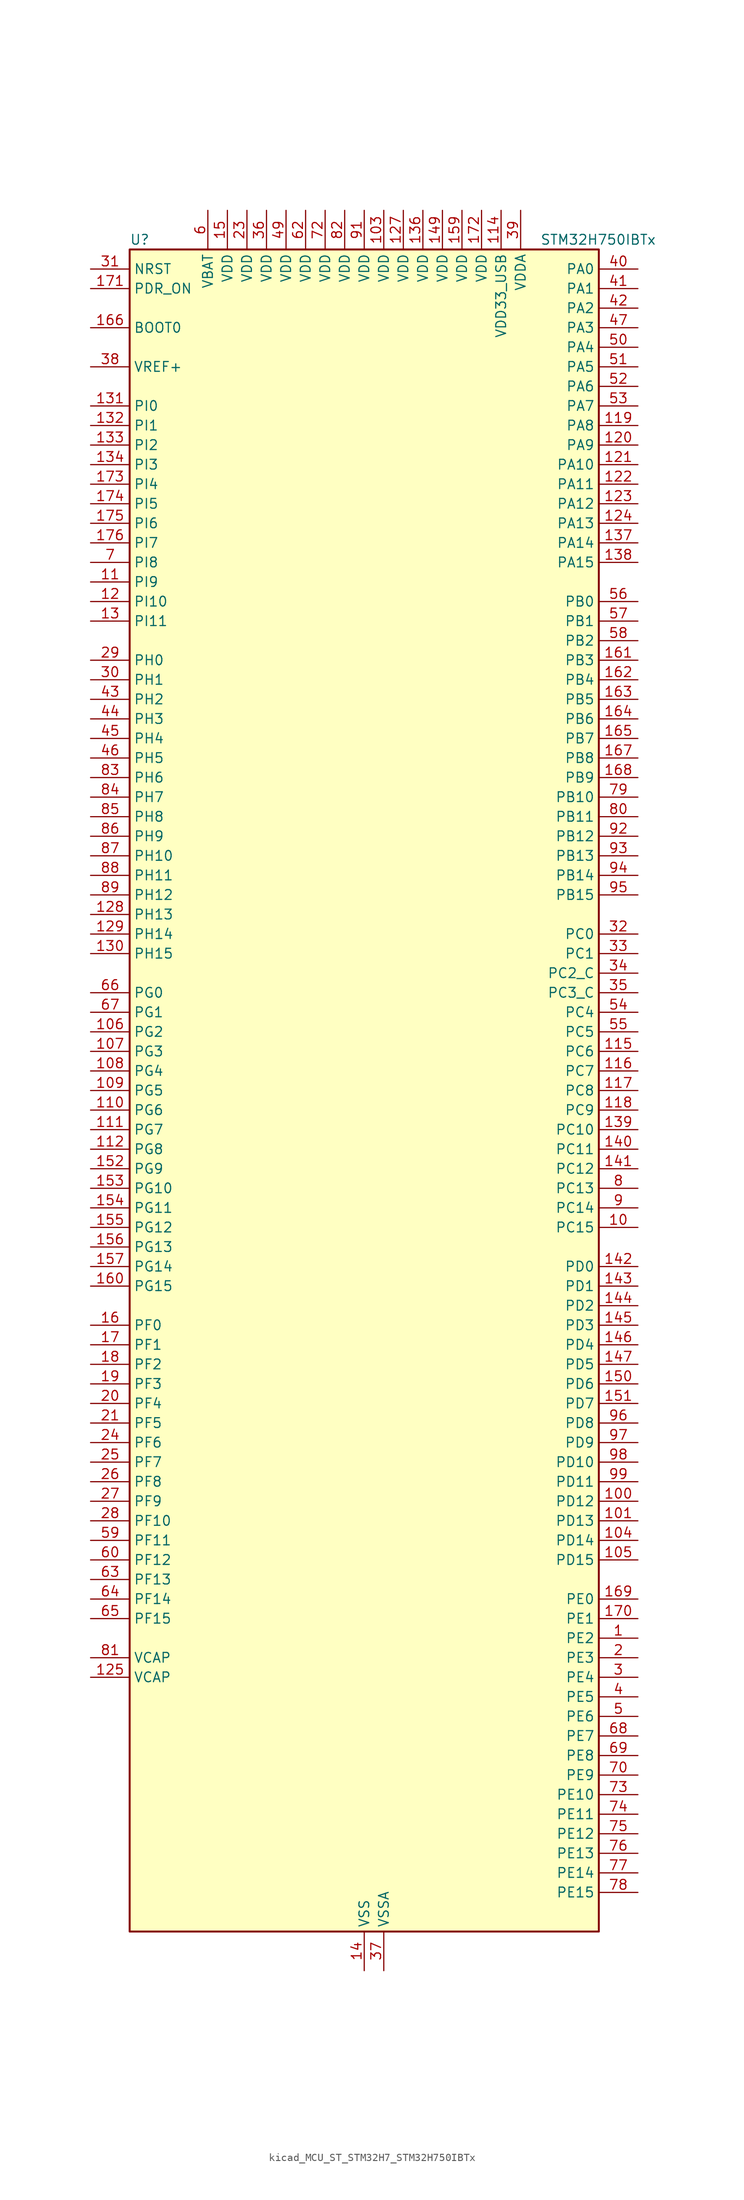
<source format=kicad_sym>
(kicad_symbol_lib
  (version 20220914)
  (generator kicad_symbol_editor)
  (symbol "kicad_MCU_ST_STM32H7_STM32H750IBTx"
    (property "Reference" "U"
      (at -30.48 110.49 0)
      (effects (font (size 1.27 1.27)) (justify left)))
    (property "Value" "STM32H750IBTx"
      (at 22.86 110.49 0)
      (effects (font (size 1.27 1.27)) (justify left)))
    (property "ki_locked" ""
      (at 0 0 0)
      (effects (font (size 1.27 1.27))))
    (symbol "kicad_MCU_ST_STM32H7_STM32H750IBTx_0_1"
      (rectangle (start -30.48 -109.22) (end 30.48 109.22) (stroke (width 0.254) (type default)) (fill (type background))))
    (symbol "kicad_MCU_ST_STM32H7_STM32H750IBTx_1_1"
      (pin bidirectional line (at 35.56 -71.12 180) (length 5.08) (name "PE2" (effects (font (size 1.27 1.27)))) (number "1" (effects (font (size 1.27 1.27)))) (alternate "DEBUG_TRACECLK" bidirectional line) (alternate "ETH_TXD3" bidirectional line) (alternate "FMC_A23" bidirectional line) (alternate "QUADSPI_BK1_IO2" bidirectional line) (alternate "SAI1_CK1" bidirectional line) (alternate "SAI1_MCLK_A" bidirectional line) (alternate "SAI4_CK1" bidirectional line) (alternate "SAI4_MCLK_A" bidirectional line) (alternate "SPI4_SCK" bidirectional line))
      (pin bidirectional line (at 35.56 -17.78 180) (length 5.08) (name "PC15" (effects (font (size 1.27 1.27)))) (number "10" (effects (font (size 1.27 1.27)))) (alternate "ADC1_EXTI15" bidirectional line) (alternate "ADC2_EXTI15" bidirectional line) (alternate "ADC3_EXTI15" bidirectional line) (alternate "RCC_OSC32_OUT" bidirectional line))
      (pin bidirectional line (at 35.56 -53.34 180) (length 5.08) (name "PD12" (effects (font (size 1.27 1.27)))) (number "100" (effects (font (size 1.27 1.27)))) (alternate "FMC_A17" bidirectional line) (alternate "FMC_ALE" bidirectional line) (alternate "I2C4_SCL" bidirectional line) (alternate "LPTIM1_IN1" bidirectional line) (alternate "LPTIM2_IN1" bidirectional line) (alternate "QUADSPI_BK1_IO1" bidirectional line) (alternate "SAI2_FS_A" bidirectional line) (alternate "TIM4_CH1" bidirectional line) (alternate "USART3_DE" bidirectional line) (alternate "USART3_RTS" bidirectional line))
      (pin bidirectional line (at 35.56 -55.88 180) (length 5.08) (name "PD13" (effects (font (size 1.27 1.27)))) (number "101" (effects (font (size 1.27 1.27)))) (alternate "FMC_A18" bidirectional line) (alternate "I2C4_SDA" bidirectional line) (alternate "LPTIM1_OUT" bidirectional line) (alternate "QUADSPI_BK1_IO3" bidirectional line) (alternate "SAI2_SCK_A" bidirectional line) (alternate "TIM4_CH2" bidirectional line))
      (pin passive line (at 0 -114.3 90) (length 5.08) hide (name "VSS" (effects (font (size 1.27 1.27)))) (number "102" (effects (font (size 1.27 1.27)))))
      (pin power_in line (at 2.54 114.3 270) (length 5.08) (name "VDD" (effects (font (size 1.27 1.27)))) (number "103" (effects (font (size 1.27 1.27)))))
      (pin bidirectional line (at 35.56 -58.42 180) (length 5.08) (name "PD14" (effects (font (size 1.27 1.27)))) (number "104" (effects (font (size 1.27 1.27)))) (alternate "FMC_D0" bidirectional line) (alternate "FMC_DA0" bidirectional line) (alternate "SAI3_MCLK_B" bidirectional line) (alternate "TIM4_CH3" bidirectional line) (alternate "UART8_CTS" bidirectional line))
      (pin bidirectional line (at 35.56 -60.96 180) (length 5.08) (name "PD15" (effects (font (size 1.27 1.27)))) (number "105" (effects (font (size 1.27 1.27)))) (alternate "ADC1_EXTI15" bidirectional line) (alternate "ADC2_EXTI15" bidirectional line) (alternate "ADC3_EXTI15" bidirectional line) (alternate "FMC_D1" bidirectional line) (alternate "FMC_DA1" bidirectional line) (alternate "SAI3_MCLK_A" bidirectional line) (alternate "TIM4_CH4" bidirectional line) (alternate "UART8_DE" bidirectional line) (alternate "UART8_RTS" bidirectional line))
      (pin bidirectional line (at -35.56 7.62 0) (length 5.08) (name "PG2" (effects (font (size 1.27 1.27)))) (number "106" (effects (font (size 1.27 1.27)))) (alternate "FMC_A12" bidirectional line) (alternate "TIM8_BKIN" bidirectional line) (alternate "TIM8_BKIN_COMP1" bidirectional line) (alternate "TIM8_BKIN_COMP2" bidirectional line))
      (pin bidirectional line (at -35.56 5.08 0) (length 5.08) (name "PG3" (effects (font (size 1.27 1.27)))) (number "107" (effects (font (size 1.27 1.27)))) (alternate "FMC_A13" bidirectional line) (alternate "TIM8_BKIN2" bidirectional line) (alternate "TIM8_BKIN2_COMP1" bidirectional line) (alternate "TIM8_BKIN2_COMP2" bidirectional line))
      (pin bidirectional line (at -35.56 2.54 0) (length 5.08) (name "PG4" (effects (font (size 1.27 1.27)))) (number "108" (effects (font (size 1.27 1.27)))) (alternate "FMC_A14" bidirectional line) (alternate "FMC_BA0" bidirectional line) (alternate "TIM1_BKIN2" bidirectional line) (alternate "TIM1_BKIN2_COMP1" bidirectional line) (alternate "TIM1_BKIN2_COMP2" bidirectional line))
      (pin bidirectional line (at -35.56 0 0) (length 5.08) (name "PG5" (effects (font (size 1.27 1.27)))) (number "109" (effects (font (size 1.27 1.27)))) (alternate "FMC_A15" bidirectional line) (alternate "FMC_BA1" bidirectional line) (alternate "TIM1_ETR" bidirectional line))
      (pin bidirectional line (at -35.56 66.04 0) (length 5.08) (name "PI9" (effects (font (size 1.27 1.27)))) (number "11" (effects (font (size 1.27 1.27)))) (alternate "DAC1_EXTI9" bidirectional line) (alternate "FDCAN1_RX" bidirectional line) (alternate "FMC_D30" bidirectional line) (alternate "LTDC_VSYNC" bidirectional line) (alternate "UART4_RX" bidirectional line))
      (pin bidirectional line (at -35.56 -2.54 0) (length 5.08) (name "PG6" (effects (font (size 1.27 1.27)))) (number "110" (effects (font (size 1.27 1.27)))) (alternate "DCMI_D12" bidirectional line) (alternate "FMC_NE3" bidirectional line) (alternate "HRTIM_CHE1" bidirectional line) (alternate "LTDC_R7" bidirectional line) (alternate "QUADSPI_BK1_NCS" bidirectional line) (alternate "TIM17_BKIN" bidirectional line))
      (pin bidirectional line (at -35.56 -5.08 0) (length 5.08) (name "PG7" (effects (font (size 1.27 1.27)))) (number "111" (effects (font (size 1.27 1.27)))) (alternate "DCMI_D13" bidirectional line) (alternate "FMC_INT" bidirectional line) (alternate "HRTIM_CHE2" bidirectional line) (alternate "LTDC_CLK" bidirectional line) (alternate "SAI1_MCLK_A" bidirectional line) (alternate "USART6_CK" bidirectional line))
      (pin bidirectional line (at -35.56 -7.62 0) (length 5.08) (name "PG8" (effects (font (size 1.27 1.27)))) (number "112" (effects (font (size 1.27 1.27)))) (alternate "ETH_PPS_OUT" bidirectional line) (alternate "FMC_SDCLK" bidirectional line) (alternate "LTDC_G7" bidirectional line) (alternate "SPDIFRX1_IN2" bidirectional line) (alternate "SPI6_NSS" bidirectional line) (alternate "TIM8_ETR" bidirectional line) (alternate "USART6_DE" bidirectional line) (alternate "USART6_RTS" bidirectional line))
      (pin passive line (at 0 -114.3 90) (length 5.08) hide (name "VSS" (effects (font (size 1.27 1.27)))) (number "113" (effects (font (size 1.27 1.27)))))
      (pin power_in line (at 17.78 114.3 270) (length 5.08) (name "VDD33_USB" (effects (font (size 1.27 1.27)))) (number "114" (effects (font (size 1.27 1.27)))))
      (pin bidirectional line (at 35.56 5.08 180) (length 5.08) (name "PC6" (effects (font (size 1.27 1.27)))) (number "115" (effects (font (size 1.27 1.27)))) (alternate "DCMI_D0" bidirectional line) (alternate "DFSDM1_CKIN3" bidirectional line) (alternate "FMC_NWAIT" bidirectional line) (alternate "HRTIM_CHA1" bidirectional line) (alternate "I2S2_MCK" bidirectional line) (alternate "LTDC_HSYNC" bidirectional line) (alternate "SDMMC1_D0DIR" bidirectional line) (alternate "SDMMC1_D6" bidirectional line) (alternate "SDMMC2_D6" bidirectional line) (alternate "SWPMI1_IO" bidirectional line) (alternate "TIM3_CH1" bidirectional line) (alternate "TIM8_CH1" bidirectional line) (alternate "USART6_TX" bidirectional line))
      (pin bidirectional line (at 35.56 2.54 180) (length 5.08) (name "PC7" (effects (font (size 1.27 1.27)))) (number "116" (effects (font (size 1.27 1.27)))) (alternate "DCMI_D1" bidirectional line) (alternate "DEBUG_TRGIO" bidirectional line) (alternate "DFSDM1_DATIN3" bidirectional line) (alternate "FMC_NE1" bidirectional line) (alternate "HRTIM_CHA2" bidirectional line) (alternate "I2S3_MCK" bidirectional line) (alternate "LTDC_G6" bidirectional line) (alternate "SDMMC1_D123DIR" bidirectional line) (alternate "SDMMC1_D7" bidirectional line) (alternate "SDMMC2_D7" bidirectional line) (alternate "SWPMI1_TX" bidirectional line) (alternate "TIM3_CH2" bidirectional line) (alternate "TIM8_CH2" bidirectional line) (alternate "USART6_RX" bidirectional line))
      (pin bidirectional line (at 35.56 0 180) (length 5.08) (name "PC8" (effects (font (size 1.27 1.27)))) (number "117" (effects (font (size 1.27 1.27)))) (alternate "DCMI_D2" bidirectional line) (alternate "DEBUG_TRACED1" bidirectional line) (alternate "FMC_NCE" bidirectional line) (alternate "FMC_NE2" bidirectional line) (alternate "HRTIM_CHB1" bidirectional line) (alternate "SDMMC1_D0" bidirectional line) (alternate "SWPMI1_RX" bidirectional line) (alternate "TIM3_CH3" bidirectional line) (alternate "TIM8_CH3" bidirectional line) (alternate "UART5_DE" bidirectional line) (alternate "UART5_RTS" bidirectional line) (alternate "USART6_CK" bidirectional line))
      (pin bidirectional line (at 35.56 -2.54 180) (length 5.08) (name "PC9" (effects (font (size 1.27 1.27)))) (number "118" (effects (font (size 1.27 1.27)))) (alternate "DAC1_EXTI9" bidirectional line) (alternate "DCMI_D3" bidirectional line) (alternate "I2C3_SDA" bidirectional line) (alternate "I2S_CKIN" bidirectional line) (alternate "LTDC_B2" bidirectional line) (alternate "LTDC_G3" bidirectional line) (alternate "QUADSPI_BK1_IO0" bidirectional line) (alternate "RCC_MCO_2" bidirectional line) (alternate "SDMMC1_D1" bidirectional line) (alternate "SWPMI1_SUSPEND" bidirectional line) (alternate "TIM3_CH4" bidirectional line) (alternate "TIM8_CH4" bidirectional line) (alternate "UART5_CTS" bidirectional line))
      (pin bidirectional line (at 35.56 86.36 180) (length 5.08) (name "PA8" (effects (font (size 1.27 1.27)))) (number "119" (effects (font (size 1.27 1.27)))) (alternate "HRTIM_CHB2" bidirectional line) (alternate "I2C3_SCL" bidirectional line) (alternate "LTDC_B3" bidirectional line) (alternate "LTDC_R6" bidirectional line) (alternate "RCC_MCO_1" bidirectional line) (alternate "TIM1_CH1" bidirectional line) (alternate "TIM8_BKIN2" bidirectional line) (alternate "TIM8_BKIN2_COMP1" bidirectional line) (alternate "TIM8_BKIN2_COMP2" bidirectional line) (alternate "UART7_RX" bidirectional line) (alternate "USART1_CK" bidirectional line) (alternate "USB_OTG_FS_SOF" bidirectional line))
      (pin bidirectional line (at -35.56 63.5 0) (length 5.08) (name "PI10" (effects (font (size 1.27 1.27)))) (number "12" (effects (font (size 1.27 1.27)))) (alternate "ETH_RX_ER" bidirectional line) (alternate "FMC_D31" bidirectional line) (alternate "LTDC_HSYNC" bidirectional line))
      (pin bidirectional line (at 35.56 83.82 180) (length 5.08) (name "PA9" (effects (font (size 1.27 1.27)))) (number "120" (effects (font (size 1.27 1.27)))) (alternate "DAC1_EXTI9" bidirectional line) (alternate "DCMI_D0" bidirectional line) (alternate "HRTIM_CHC1" bidirectional line) (alternate "I2C3_SMBA" bidirectional line) (alternate "I2S2_CK" bidirectional line) (alternate "LPUART1_TX" bidirectional line) (alternate "LTDC_R5" bidirectional line) (alternate "SPI2_SCK" bidirectional line) (alternate "TIM1_CH2" bidirectional line) (alternate "USART1_TX" bidirectional line) (alternate "USB_OTG_FS_VBUS" bidirectional line))
      (pin bidirectional line (at 35.56 81.28 180) (length 5.08) (name "PA10" (effects (font (size 1.27 1.27)))) (number "121" (effects (font (size 1.27 1.27)))) (alternate "DCMI_D1" bidirectional line) (alternate "HRTIM_CHC2" bidirectional line) (alternate "LPUART1_RX" bidirectional line) (alternate "LTDC_B1" bidirectional line) (alternate "LTDC_B4" bidirectional line) (alternate "MDIOS_MDIO" bidirectional line) (alternate "TIM1_CH3" bidirectional line) (alternate "USART1_RX" bidirectional line) (alternate "USB_OTG_FS_ID" bidirectional line))
      (pin bidirectional line (at 35.56 78.74 180) (length 5.08) (name "PA11" (effects (font (size 1.27 1.27)))) (number "122" (effects (font (size 1.27 1.27)))) (alternate "ADC1_EXTI11" bidirectional line) (alternate "ADC2_EXTI11" bidirectional line) (alternate "ADC3_EXTI11" bidirectional line) (alternate "FDCAN1_RX" bidirectional line) (alternate "HRTIM_CHD1" bidirectional line) (alternate "I2S2_WS" bidirectional line) (alternate "LPUART1_CTS" bidirectional line) (alternate "LTDC_R4" bidirectional line) (alternate "SPI2_NSS" bidirectional line) (alternate "TIM1_CH4" bidirectional line) (alternate "UART4_RX" bidirectional line) (alternate "USART1_CTS" bidirectional line) (alternate "USART1_NSS" bidirectional line) (alternate "USB_OTG_FS_DM" bidirectional line))
      (pin bidirectional line (at 35.56 76.2 180) (length 5.08) (name "PA12" (effects (font (size 1.27 1.27)))) (number "123" (effects (font (size 1.27 1.27)))) (alternate "FDCAN1_TX" bidirectional line) (alternate "HRTIM_CHD2" bidirectional line) (alternate "I2S2_CK" bidirectional line) (alternate "LPUART1_DE" bidirectional line) (alternate "LPUART1_RTS" bidirectional line) (alternate "LTDC_R5" bidirectional line) (alternate "SAI2_FS_B" bidirectional line) (alternate "SPI2_SCK" bidirectional line) (alternate "TIM1_ETR" bidirectional line) (alternate "UART4_TX" bidirectional line) (alternate "USART1_DE" bidirectional line) (alternate "USART1_RTS" bidirectional line) (alternate "USB_OTG_FS_DP" bidirectional line))
      (pin bidirectional line (at 35.56 73.66 180) (length 5.08) (name "PA13" (effects (font (size 1.27 1.27)))) (number "124" (effects (font (size 1.27 1.27)))) (alternate "DEBUG_JTMS-SWDIO" bidirectional line))
      (pin power_out line (at -35.56 -76.2 0) (length 5.08) (name "VCAP" (effects (font (size 1.27 1.27)))) (number "125" (effects (font (size 1.27 1.27)))))
      (pin passive line (at 0 -114.3 90) (length 5.08) hide (name "VSS" (effects (font (size 1.27 1.27)))) (number "126" (effects (font (size 1.27 1.27)))))
      (pin power_in line (at 5.08 114.3 270) (length 5.08) (name "VDD" (effects (font (size 1.27 1.27)))) (number "127" (effects (font (size 1.27 1.27)))))
      (pin bidirectional line (at -35.56 22.86 0) (length 5.08) (name "PH13" (effects (font (size 1.27 1.27)))) (number "128" (effects (font (size 1.27 1.27)))) (alternate "FDCAN1_TX" bidirectional line) (alternate "FMC_D21" bidirectional line) (alternate "LTDC_G2" bidirectional line) (alternate "TIM8_CH1N" bidirectional line) (alternate "UART4_TX" bidirectional line))
      (pin bidirectional line (at -35.56 20.32 0) (length 5.08) (name "PH14" (effects (font (size 1.27 1.27)))) (number "129" (effects (font (size 1.27 1.27)))) (alternate "DCMI_D4" bidirectional line) (alternate "FDCAN1_RX" bidirectional line) (alternate "FMC_D22" bidirectional line) (alternate "LTDC_G3" bidirectional line) (alternate "TIM8_CH2N" bidirectional line) (alternate "UART4_RX" bidirectional line))
      (pin bidirectional line (at -35.56 60.96 0) (length 5.08) (name "PI11" (effects (font (size 1.27 1.27)))) (number "13" (effects (font (size 1.27 1.27)))) (alternate "ADC1_EXTI11" bidirectional line) (alternate "ADC2_EXTI11" bidirectional line) (alternate "ADC3_EXTI11" bidirectional line) (alternate "LTDC_G6" bidirectional line) (alternate "PWR_WKUP4" bidirectional line) (alternate "USB_OTG_HS_ULPI_DIR" bidirectional line))
      (pin bidirectional line (at -35.56 17.78 0) (length 5.08) (name "PH15" (effects (font (size 1.27 1.27)))) (number "130" (effects (font (size 1.27 1.27)))) (alternate "ADC1_EXTI15" bidirectional line) (alternate "ADC2_EXTI15" bidirectional line) (alternate "ADC3_EXTI15" bidirectional line) (alternate "DCMI_D11" bidirectional line) (alternate "FMC_D23" bidirectional line) (alternate "LTDC_G4" bidirectional line) (alternate "TIM8_CH3N" bidirectional line))
      (pin bidirectional line (at -35.56 88.9 0) (length 5.08) (name "PI0" (effects (font (size 1.27 1.27)))) (number "131" (effects (font (size 1.27 1.27)))) (alternate "DCMI_D13" bidirectional line) (alternate "FMC_D24" bidirectional line) (alternate "I2S2_WS" bidirectional line) (alternate "LTDC_G5" bidirectional line) (alternate "SPI2_NSS" bidirectional line) (alternate "TIM5_CH4" bidirectional line))
      (pin bidirectional line (at -35.56 86.36 0) (length 5.08) (name "PI1" (effects (font (size 1.27 1.27)))) (number "132" (effects (font (size 1.27 1.27)))) (alternate "DCMI_D8" bidirectional line) (alternate "FMC_D25" bidirectional line) (alternate "I2S2_CK" bidirectional line) (alternate "LTDC_G6" bidirectional line) (alternate "SPI2_SCK" bidirectional line) (alternate "TIM8_BKIN2" bidirectional line) (alternate "TIM8_BKIN2_COMP1" bidirectional line) (alternate "TIM8_BKIN2_COMP2" bidirectional line))
      (pin bidirectional line (at -35.56 83.82 0) (length 5.08) (name "PI2" (effects (font (size 1.27 1.27)))) (number "133" (effects (font (size 1.27 1.27)))) (alternate "DCMI_D9" bidirectional line) (alternate "FMC_D26" bidirectional line) (alternate "I2S2_SDI" bidirectional line) (alternate "LTDC_G7" bidirectional line) (alternate "SPI2_MISO" bidirectional line) (alternate "TIM8_CH4" bidirectional line))
      (pin bidirectional line (at -35.56 81.28 0) (length 5.08) (name "PI3" (effects (font (size 1.27 1.27)))) (number "134" (effects (font (size 1.27 1.27)))) (alternate "DCMI_D10" bidirectional line) (alternate "FMC_D27" bidirectional line) (alternate "I2S2_SDO" bidirectional line) (alternate "SPI2_MOSI" bidirectional line) (alternate "TIM8_ETR" bidirectional line))
      (pin passive line (at 0 -114.3 90) (length 5.08) hide (name "VSS" (effects (font (size 1.27 1.27)))) (number "135" (effects (font (size 1.27 1.27)))))
      (pin power_in line (at 7.62 114.3 270) (length 5.08) (name "VDD" (effects (font (size 1.27 1.27)))) (number "136" (effects (font (size 1.27 1.27)))))
      (pin bidirectional line (at 35.56 71.12 180) (length 5.08) (name "PA14" (effects (font (size 1.27 1.27)))) (number "137" (effects (font (size 1.27 1.27)))) (alternate "DEBUG_JTCK-SWCLK" bidirectional line))
      (pin bidirectional line (at 35.56 68.58 180) (length 5.08) (name "PA15" (effects (font (size 1.27 1.27)))) (number "138" (effects (font (size 1.27 1.27)))) (alternate "ADC1_EXTI15" bidirectional line) (alternate "ADC2_EXTI15" bidirectional line) (alternate "ADC3_EXTI15" bidirectional line) (alternate "CEC" bidirectional line) (alternate "DEBUG_JTDI" bidirectional line) (alternate "HRTIM_FLT1" bidirectional line) (alternate "I2S1_WS" bidirectional line) (alternate "I2S3_WS" bidirectional line) (alternate "SPI1_NSS" bidirectional line) (alternate "SPI3_NSS" bidirectional line) (alternate "SPI6_NSS" bidirectional line) (alternate "TIM2_CH1" bidirectional line) (alternate "TIM2_ETR" bidirectional line) (alternate "UART4_DE" bidirectional line) (alternate "UART4_RTS" bidirectional line) (alternate "UART7_TX" bidirectional line))
      (pin bidirectional line (at 35.56 -5.08 180) (length 5.08) (name "PC10" (effects (font (size 1.27 1.27)))) (number "139" (effects (font (size 1.27 1.27)))) (alternate "DCMI_D8" bidirectional line) (alternate "DFSDM1_CKIN5" bidirectional line) (alternate "HRTIM_EEV1" bidirectional line) (alternate "I2S3_CK" bidirectional line) (alternate "LTDC_R2" bidirectional line) (alternate "QUADSPI_BK1_IO1" bidirectional line) (alternate "SDMMC1_D2" bidirectional line) (alternate "SPI3_SCK" bidirectional line) (alternate "UART4_TX" bidirectional line) (alternate "USART3_TX" bidirectional line))
      (pin power_in line (at 0 -114.3 90) (length 5.08) (name "VSS" (effects (font (size 1.27 1.27)))) (number "14" (effects (font (size 1.27 1.27)))))
      (pin bidirectional line (at 35.56 -7.62 180) (length 5.08) (name "PC11" (effects (font (size 1.27 1.27)))) (number "140" (effects (font (size 1.27 1.27)))) (alternate "ADC1_EXTI11" bidirectional line) (alternate "ADC2_EXTI11" bidirectional line) (alternate "ADC3_EXTI11" bidirectional line) (alternate "DCMI_D4" bidirectional line) (alternate "DFSDM1_DATIN5" bidirectional line) (alternate "HRTIM_FLT2" bidirectional line) (alternate "I2S3_SDI" bidirectional line) (alternate "QUADSPI_BK2_NCS" bidirectional line) (alternate "SDMMC1_D3" bidirectional line) (alternate "SPI3_MISO" bidirectional line) (alternate "UART4_RX" bidirectional line) (alternate "USART3_RX" bidirectional line))
      (pin bidirectional line (at 35.56 -10.16 180) (length 5.08) (name "PC12" (effects (font (size 1.27 1.27)))) (number "141" (effects (font (size 1.27 1.27)))) (alternate "DCMI_D9" bidirectional line) (alternate "DEBUG_TRACED3" bidirectional line) (alternate "HRTIM_EEV2" bidirectional line) (alternate "I2S3_SDO" bidirectional line) (alternate "SDMMC1_CK" bidirectional line) (alternate "SPI3_MOSI" bidirectional line) (alternate "UART5_TX" bidirectional line) (alternate "USART3_CK" bidirectional line))
      (pin bidirectional line (at 35.56 -22.86 180) (length 5.08) (name "PD0" (effects (font (size 1.27 1.27)))) (number "142" (effects (font (size 1.27 1.27)))) (alternate "DFSDM1_CKIN6" bidirectional line) (alternate "FDCAN1_RX" bidirectional line) (alternate "FMC_D2" bidirectional line) (alternate "FMC_DA2" bidirectional line) (alternate "SAI3_SCK_A" bidirectional line) (alternate "UART4_RX" bidirectional line))
      (pin bidirectional line (at 35.56 -25.4 180) (length 5.08) (name "PD1" (effects (font (size 1.27 1.27)))) (number "143" (effects (font (size 1.27 1.27)))) (alternate "DFSDM1_DATIN6" bidirectional line) (alternate "FDCAN1_TX" bidirectional line) (alternate "FMC_D3" bidirectional line) (alternate "FMC_DA3" bidirectional line) (alternate "SAI3_SD_A" bidirectional line) (alternate "UART4_TX" bidirectional line))
      (pin bidirectional line (at 35.56 -27.94 180) (length 5.08) (name "PD2" (effects (font (size 1.27 1.27)))) (number "144" (effects (font (size 1.27 1.27)))) (alternate "DCMI_D11" bidirectional line) (alternate "DEBUG_TRACED2" bidirectional line) (alternate "SDMMC1_CMD" bidirectional line) (alternate "TIM3_ETR" bidirectional line) (alternate "UART5_RX" bidirectional line))
      (pin bidirectional line (at 35.56 -30.48 180) (length 5.08) (name "PD3" (effects (font (size 1.27 1.27)))) (number "145" (effects (font (size 1.27 1.27)))) (alternate "DCMI_D5" bidirectional line) (alternate "DFSDM1_CKOUT" bidirectional line) (alternate "FMC_CLK" bidirectional line) (alternate "I2S2_CK" bidirectional line) (alternate "LTDC_G7" bidirectional line) (alternate "SPI2_SCK" bidirectional line) (alternate "USART2_CTS" bidirectional line) (alternate "USART2_NSS" bidirectional line))
      (pin bidirectional line (at 35.56 -33.02 180) (length 5.08) (name "PD4" (effects (font (size 1.27 1.27)))) (number "146" (effects (font (size 1.27 1.27)))) (alternate "FMC_NOE" bidirectional line) (alternate "HRTIM_FLT3" bidirectional line) (alternate "SAI3_FS_A" bidirectional line) (alternate "USART2_DE" bidirectional line) (alternate "USART2_RTS" bidirectional line))
      (pin bidirectional line (at 35.56 -35.56 180) (length 5.08) (name "PD5" (effects (font (size 1.27 1.27)))) (number "147" (effects (font (size 1.27 1.27)))) (alternate "FMC_NWE" bidirectional line) (alternate "HRTIM_EEV3" bidirectional line) (alternate "USART2_TX" bidirectional line))
      (pin passive line (at 0 -114.3 90) (length 5.08) hide (name "VSS" (effects (font (size 1.27 1.27)))) (number "148" (effects (font (size 1.27 1.27)))))
      (pin power_in line (at 10.16 114.3 270) (length 5.08) (name "VDD" (effects (font (size 1.27 1.27)))) (number "149" (effects (font (size 1.27 1.27)))))
      (pin power_in line (at -17.78 114.3 270) (length 5.08) (name "VDD" (effects (font (size 1.27 1.27)))) (number "15" (effects (font (size 1.27 1.27)))))
      (pin bidirectional line (at 35.56 -38.1 180) (length 5.08) (name "PD6" (effects (font (size 1.27 1.27)))) (number "150" (effects (font (size 1.27 1.27)))) (alternate "DCMI_D10" bidirectional line) (alternate "DFSDM1_CKIN4" bidirectional line) (alternate "DFSDM1_DATIN1" bidirectional line) (alternate "FMC_NWAIT" bidirectional line) (alternate "I2S3_SDO" bidirectional line) (alternate "LTDC_B2" bidirectional line) (alternate "SAI1_D1" bidirectional line) (alternate "SAI1_SD_A" bidirectional line) (alternate "SAI4_D1" bidirectional line) (alternate "SAI4_SD_A" bidirectional line) (alternate "SDMMC2_CK" bidirectional line) (alternate "SPI3_MOSI" bidirectional line) (alternate "USART2_RX" bidirectional line))
      (pin bidirectional line (at 35.56 -40.64 180) (length 5.08) (name "PD7" (effects (font (size 1.27 1.27)))) (number "151" (effects (font (size 1.27 1.27)))) (alternate "DFSDM1_CKIN1" bidirectional line) (alternate "DFSDM1_DATIN4" bidirectional line) (alternate "FMC_NE1" bidirectional line) (alternate "I2S1_SDO" bidirectional line) (alternate "SDMMC2_CMD" bidirectional line) (alternate "SPDIFRX1_IN0" bidirectional line) (alternate "SPI1_MOSI" bidirectional line) (alternate "USART2_CK" bidirectional line))
      (pin bidirectional line (at -35.56 -10.16 0) (length 5.08) (name "PG9" (effects (font (size 1.27 1.27)))) (number "152" (effects (font (size 1.27 1.27)))) (alternate "DAC1_EXTI9" bidirectional line) (alternate "DCMI_VSYNC" bidirectional line) (alternate "FMC_NCE" bidirectional line) (alternate "FMC_NE2" bidirectional line) (alternate "I2S1_SDI" bidirectional line) (alternate "QUADSPI_BK2_IO2" bidirectional line) (alternate "SAI2_FS_B" bidirectional line) (alternate "SPDIFRX1_IN3" bidirectional line) (alternate "SPI1_MISO" bidirectional line) (alternate "USART6_RX" bidirectional line))
      (pin bidirectional line (at -35.56 -12.7 0) (length 5.08) (name "PG10" (effects (font (size 1.27 1.27)))) (number "153" (effects (font (size 1.27 1.27)))) (alternate "DCMI_D2" bidirectional line) (alternate "FMC_NE3" bidirectional line) (alternate "HRTIM_FLT5" bidirectional line) (alternate "I2S1_WS" bidirectional line) (alternate "LTDC_B2" bidirectional line) (alternate "LTDC_G3" bidirectional line) (alternate "SAI2_SD_B" bidirectional line) (alternate "SPI1_NSS" bidirectional line))
      (pin bidirectional line (at -35.56 -15.24 0) (length 5.08) (name "PG11" (effects (font (size 1.27 1.27)))) (number "154" (effects (font (size 1.27 1.27)))) (alternate "ADC1_EXTI11" bidirectional line) (alternate "ADC2_EXTI11" bidirectional line) (alternate "ADC3_EXTI11" bidirectional line) (alternate "DCMI_D3" bidirectional line) (alternate "ETH_TX_EN" bidirectional line) (alternate "HRTIM_EEV4" bidirectional line) (alternate "I2S1_CK" bidirectional line) (alternate "LPTIM1_IN2" bidirectional line) (alternate "LTDC_B3" bidirectional line) (alternate "SDMMC2_D2" bidirectional line) (alternate "SPDIFRX1_IN0" bidirectional line) (alternate "SPI1_SCK" bidirectional line))
      (pin bidirectional line (at -35.56 -17.78 0) (length 5.08) (name "PG12" (effects (font (size 1.27 1.27)))) (number "155" (effects (font (size 1.27 1.27)))) (alternate "ETH_TXD1" bidirectional line) (alternate "FMC_NE4" bidirectional line) (alternate "HRTIM_EEV5" bidirectional line) (alternate "LPTIM1_IN1" bidirectional line) (alternate "LTDC_B1" bidirectional line) (alternate "LTDC_B4" bidirectional line) (alternate "SPDIFRX1_IN1" bidirectional line) (alternate "SPI6_MISO" bidirectional line) (alternate "USART6_DE" bidirectional line) (alternate "USART6_RTS" bidirectional line))
      (pin bidirectional line (at -35.56 -20.32 0) (length 5.08) (name "PG13" (effects (font (size 1.27 1.27)))) (number "156" (effects (font (size 1.27 1.27)))) (alternate "DEBUG_TRACED0" bidirectional line) (alternate "ETH_TXD0" bidirectional line) (alternate "FMC_A24" bidirectional line) (alternate "HRTIM_EEV10" bidirectional line) (alternate "LPTIM1_OUT" bidirectional line) (alternate "LTDC_R0" bidirectional line) (alternate "SPI6_SCK" bidirectional line) (alternate "USART6_CTS" bidirectional line) (alternate "USART6_NSS" bidirectional line))
      (pin bidirectional line (at -35.56 -22.86 0) (length 5.08) (name "PG14" (effects (font (size 1.27 1.27)))) (number "157" (effects (font (size 1.27 1.27)))) (alternate "DEBUG_TRACED1" bidirectional line) (alternate "ETH_TXD1" bidirectional line) (alternate "FMC_A25" bidirectional line) (alternate "LPTIM1_ETR" bidirectional line) (alternate "LTDC_B0" bidirectional line) (alternate "QUADSPI_BK2_IO3" bidirectional line) (alternate "SPI6_MOSI" bidirectional line) (alternate "USART6_TX" bidirectional line))
      (pin passive line (at 0 -114.3 90) (length 5.08) hide (name "VSS" (effects (font (size 1.27 1.27)))) (number "158" (effects (font (size 1.27 1.27)))))
      (pin power_in line (at 12.7 114.3 270) (length 5.08) (name "VDD" (effects (font (size 1.27 1.27)))) (number "159" (effects (font (size 1.27 1.27)))))
      (pin bidirectional line (at -35.56 -30.48 0) (length 5.08) (name "PF0" (effects (font (size 1.27 1.27)))) (number "16" (effects (font (size 1.27 1.27)))) (alternate "FMC_A0" bidirectional line) (alternate "I2C2_SDA" bidirectional line))
      (pin bidirectional line (at -35.56 -25.4 0) (length 5.08) (name "PG15" (effects (font (size 1.27 1.27)))) (number "160" (effects (font (size 1.27 1.27)))) (alternate "ADC1_EXTI15" bidirectional line) (alternate "ADC2_EXTI15" bidirectional line) (alternate "ADC3_EXTI15" bidirectional line) (alternate "DCMI_D13" bidirectional line) (alternate "FMC_SDNCAS" bidirectional line) (alternate "USART6_CTS" bidirectional line) (alternate "USART6_NSS" bidirectional line))
      (pin bidirectional line (at 35.56 55.88 180) (length 5.08) (name "PB3" (effects (font (size 1.27 1.27)))) (number "161" (effects (font (size 1.27 1.27)))) (alternate "CRS_SYNC" bidirectional line) (alternate "DEBUG_JTDO-SWO" bidirectional line) (alternate "HRTIM_FLT4" bidirectional line) (alternate "I2S1_CK" bidirectional line) (alternate "I2S3_CK" bidirectional line) (alternate "SDMMC2_D2" bidirectional line) (alternate "SPI1_SCK" bidirectional line) (alternate "SPI3_SCK" bidirectional line) (alternate "SPI6_SCK" bidirectional line) (alternate "TIM2_CH2" bidirectional line) (alternate "UART7_RX" bidirectional line))
      (pin bidirectional line (at 35.56 53.34 180) (length 5.08) (name "PB4" (effects (font (size 1.27 1.27)))) (number "162" (effects (font (size 1.27 1.27)))) (alternate "DEBUG_JTRST" bidirectional line) (alternate "HRTIM_EEV6" bidirectional line) (alternate "I2S1_SDI" bidirectional line) (alternate "I2S2_WS" bidirectional line) (alternate "I2S3_SDI" bidirectional line) (alternate "SDMMC2_D3" bidirectional line) (alternate "SPI1_MISO" bidirectional line) (alternate "SPI2_NSS" bidirectional line) (alternate "SPI3_MISO" bidirectional line) (alternate "SPI6_MISO" bidirectional line) (alternate "TIM16_BKIN" bidirectional line) (alternate "TIM3_CH1" bidirectional line) (alternate "UART7_TX" bidirectional line))
      (pin bidirectional line (at 35.56 50.8 180) (length 5.08) (name "PB5" (effects (font (size 1.27 1.27)))) (number "163" (effects (font (size 1.27 1.27)))) (alternate "DCMI_D10" bidirectional line) (alternate "ETH_PPS_OUT" bidirectional line) (alternate "FDCAN2_RX" bidirectional line) (alternate "FMC_SDCKE1" bidirectional line) (alternate "HRTIM_EEV7" bidirectional line) (alternate "I2C1_SMBA" bidirectional line) (alternate "I2C4_SMBA" bidirectional line) (alternate "I2S1_SDO" bidirectional line) (alternate "I2S3_SDO" bidirectional line) (alternate "SPI1_MOSI" bidirectional line) (alternate "SPI3_MOSI" bidirectional line) (alternate "SPI6_MOSI" bidirectional line) (alternate "TIM17_BKIN" bidirectional line) (alternate "TIM3_CH2" bidirectional line) (alternate "UART5_RX" bidirectional line) (alternate "USB_OTG_HS_ULPI_D7" bidirectional line))
      (pin bidirectional line (at 35.56 48.26 180) (length 5.08) (name "PB6" (effects (font (size 1.27 1.27)))) (number "164" (effects (font (size 1.27 1.27)))) (alternate "CEC" bidirectional line) (alternate "DCMI_D5" bidirectional line) (alternate "DFSDM1_DATIN5" bidirectional line) (alternate "FDCAN2_TX" bidirectional line) (alternate "FMC_SDNE1" bidirectional line) (alternate "HRTIM_EEV8" bidirectional line) (alternate "I2C1_SCL" bidirectional line) (alternate "I2C4_SCL" bidirectional line) (alternate "LPUART1_TX" bidirectional line) (alternate "QUADSPI_BK1_NCS" bidirectional line) (alternate "TIM16_CH1N" bidirectional line) (alternate "TIM4_CH1" bidirectional line) (alternate "UART5_TX" bidirectional line) (alternate "USART1_TX" bidirectional line))
      (pin bidirectional line (at 35.56 45.72 180) (length 5.08) (name "PB7" (effects (font (size 1.27 1.27)))) (number "165" (effects (font (size 1.27 1.27)))) (alternate "DCMI_VSYNC" bidirectional line) (alternate "DFSDM1_CKIN5" bidirectional line) (alternate "FMC_NL" bidirectional line) (alternate "HRTIM_EEV9" bidirectional line) (alternate "I2C1_SDA" bidirectional line) (alternate "I2C4_SDA" bidirectional line) (alternate "LPUART1_RX" bidirectional line) (alternate "PWR_PVD_IN" bidirectional line) (alternate "TIM17_CH1N" bidirectional line) (alternate "TIM4_CH2" bidirectional line) (alternate "USART1_RX" bidirectional line))
      (pin input line (at -35.56 99.06 0) (length 5.08) (name "BOOT0" (effects (font (size 1.27 1.27)))) (number "166" (effects (font (size 1.27 1.27)))))
      (pin bidirectional line (at 35.56 43.18 180) (length 5.08) (name "PB8" (effects (font (size 1.27 1.27)))) (number "167" (effects (font (size 1.27 1.27)))) (alternate "DCMI_D6" bidirectional line) (alternate "DFSDM1_CKIN7" bidirectional line) (alternate "ETH_TXD3" bidirectional line) (alternate "FDCAN1_RX" bidirectional line) (alternate "I2C1_SCL" bidirectional line) (alternate "I2C4_SCL" bidirectional line) (alternate "LTDC_B6" bidirectional line) (alternate "SDMMC1_CKIN" bidirectional line) (alternate "SDMMC1_D4" bidirectional line) (alternate "SDMMC2_D4" bidirectional line) (alternate "TIM16_CH1" bidirectional line) (alternate "TIM4_CH3" bidirectional line) (alternate "UART4_RX" bidirectional line))
      (pin bidirectional line (at 35.56 40.64 180) (length 5.08) (name "PB9" (effects (font (size 1.27 1.27)))) (number "168" (effects (font (size 1.27 1.27)))) (alternate "DAC1_EXTI9" bidirectional line) (alternate "DCMI_D7" bidirectional line) (alternate "DFSDM1_DATIN7" bidirectional line) (alternate "FDCAN1_TX" bidirectional line) (alternate "I2C1_SDA" bidirectional line) (alternate "I2C4_SDA" bidirectional line) (alternate "I2C4_SMBA" bidirectional line) (alternate "I2S2_WS" bidirectional line) (alternate "LTDC_B7" bidirectional line) (alternate "SDMMC1_CDIR" bidirectional line) (alternate "SDMMC1_D5" bidirectional line) (alternate "SDMMC2_D5" bidirectional line) (alternate "SPI2_NSS" bidirectional line) (alternate "TIM17_CH1" bidirectional line) (alternate "TIM4_CH4" bidirectional line) (alternate "UART4_TX" bidirectional line))
      (pin bidirectional line (at 35.56 -66.04 180) (length 5.08) (name "PE0" (effects (font (size 1.27 1.27)))) (number "169" (effects (font (size 1.27 1.27)))) (alternate "DCMI_D2" bidirectional line) (alternate "FMC_NBL0" bidirectional line) (alternate "HRTIM_SCIN" bidirectional line) (alternate "LPTIM1_ETR" bidirectional line) (alternate "LPTIM2_ETR" bidirectional line) (alternate "SAI2_MCLK_A" bidirectional line) (alternate "TIM4_ETR" bidirectional line) (alternate "UART8_RX" bidirectional line))
      (pin bidirectional line (at -35.56 -33.02 0) (length 5.08) (name "PF1" (effects (font (size 1.27 1.27)))) (number "17" (effects (font (size 1.27 1.27)))) (alternate "FMC_A1" bidirectional line) (alternate "I2C2_SCL" bidirectional line))
      (pin bidirectional line (at 35.56 -68.58 180) (length 5.08) (name "PE1" (effects (font (size 1.27 1.27)))) (number "170" (effects (font (size 1.27 1.27)))) (alternate "DCMI_D3" bidirectional line) (alternate "FMC_NBL1" bidirectional line) (alternate "HRTIM_SCOUT" bidirectional line) (alternate "LPTIM1_IN2" bidirectional line) (alternate "UART8_TX" bidirectional line))
      (pin input line (at -35.56 104.14 0) (length 5.08) (name "PDR_ON" (effects (font (size 1.27 1.27)))) (number "171" (effects (font (size 1.27 1.27)))))
      (pin power_in line (at 15.24 114.3 270) (length 5.08) (name "VDD" (effects (font (size 1.27 1.27)))) (number "172" (effects (font (size 1.27 1.27)))))
      (pin bidirectional line (at -35.56 78.74 0) (length 5.08) (name "PI4" (effects (font (size 1.27 1.27)))) (number "173" (effects (font (size 1.27 1.27)))) (alternate "DCMI_D5" bidirectional line) (alternate "FMC_NBL2" bidirectional line) (alternate "LTDC_B4" bidirectional line) (alternate "SAI2_MCLK_A" bidirectional line) (alternate "TIM8_BKIN" bidirectional line) (alternate "TIM8_BKIN_COMP1" bidirectional line) (alternate "TIM8_BKIN_COMP2" bidirectional line))
      (pin bidirectional line (at -35.56 76.2 0) (length 5.08) (name "PI5" (effects (font (size 1.27 1.27)))) (number "174" (effects (font (size 1.27 1.27)))) (alternate "DCMI_VSYNC" bidirectional line) (alternate "FMC_NBL3" bidirectional line) (alternate "LTDC_B5" bidirectional line) (alternate "SAI2_SCK_A" bidirectional line) (alternate "TIM8_CH1" bidirectional line))
      (pin bidirectional line (at -35.56 73.66 0) (length 5.08) (name "PI6" (effects (font (size 1.27 1.27)))) (number "175" (effects (font (size 1.27 1.27)))) (alternate "DCMI_D6" bidirectional line) (alternate "FMC_D28" bidirectional line) (alternate "LTDC_B6" bidirectional line) (alternate "SAI2_SD_A" bidirectional line) (alternate "TIM8_CH2" bidirectional line))
      (pin bidirectional line (at -35.56 71.12 0) (length 5.08) (name "PI7" (effects (font (size 1.27 1.27)))) (number "176" (effects (font (size 1.27 1.27)))) (alternate "DCMI_D7" bidirectional line) (alternate "FMC_D29" bidirectional line) (alternate "LTDC_B7" bidirectional line) (alternate "SAI2_FS_A" bidirectional line) (alternate "TIM8_CH3" bidirectional line))
      (pin bidirectional line (at -35.56 -35.56 0) (length 5.08) (name "PF2" (effects (font (size 1.27 1.27)))) (number "18" (effects (font (size 1.27 1.27)))) (alternate "FMC_A2" bidirectional line) (alternate "I2C2_SMBA" bidirectional line))
      (pin bidirectional line (at -35.56 -38.1 0) (length 5.08) (name "PF3" (effects (font (size 1.27 1.27)))) (number "19" (effects (font (size 1.27 1.27)))) (alternate "ADC3_INP5" bidirectional line) (alternate "FMC_A3" bidirectional line))
      (pin bidirectional line (at 35.56 -73.66 180) (length 5.08) (name "PE3" (effects (font (size 1.27 1.27)))) (number "2" (effects (font (size 1.27 1.27)))) (alternate "DEBUG_TRACED0" bidirectional line) (alternate "FMC_A19" bidirectional line) (alternate "SAI1_SD_B" bidirectional line) (alternate "SAI4_SD_B" bidirectional line) (alternate "TIM15_BKIN" bidirectional line))
      (pin bidirectional line (at -35.56 -40.64 0) (length 5.08) (name "PF4" (effects (font (size 1.27 1.27)))) (number "20" (effects (font (size 1.27 1.27)))) (alternate "ADC3_INN5" bidirectional line) (alternate "ADC3_INP9" bidirectional line) (alternate "FMC_A4" bidirectional line))
      (pin bidirectional line (at -35.56 -43.18 0) (length 5.08) (name "PF5" (effects (font (size 1.27 1.27)))) (number "21" (effects (font (size 1.27 1.27)))) (alternate "ADC3_INP4" bidirectional line) (alternate "FMC_A5" bidirectional line))
      (pin passive line (at 0 -114.3 90) (length 5.08) hide (name "VSS" (effects (font (size 1.27 1.27)))) (number "22" (effects (font (size 1.27 1.27)))))
      (pin power_in line (at -15.24 114.3 270) (length 5.08) (name "VDD" (effects (font (size 1.27 1.27)))) (number "23" (effects (font (size 1.27 1.27)))))
      (pin bidirectional line (at -35.56 -45.72 0) (length 5.08) (name "PF6" (effects (font (size 1.27 1.27)))) (number "24" (effects (font (size 1.27 1.27)))) (alternate "ADC3_INN4" bidirectional line) (alternate "ADC3_INP8" bidirectional line) (alternate "QUADSPI_BK1_IO3" bidirectional line) (alternate "SAI1_SD_B" bidirectional line) (alternate "SAI4_SD_B" bidirectional line) (alternate "SPI5_NSS" bidirectional line) (alternate "TIM16_CH1" bidirectional line) (alternate "UART7_RX" bidirectional line))
      (pin bidirectional line (at -35.56 -48.26 0) (length 5.08) (name "PF7" (effects (font (size 1.27 1.27)))) (number "25" (effects (font (size 1.27 1.27)))) (alternate "ADC3_INP3" bidirectional line) (alternate "QUADSPI_BK1_IO2" bidirectional line) (alternate "SAI1_MCLK_B" bidirectional line) (alternate "SAI4_MCLK_B" bidirectional line) (alternate "SPI5_SCK" bidirectional line) (alternate "TIM17_CH1" bidirectional line) (alternate "UART7_TX" bidirectional line))
      (pin bidirectional line (at -35.56 -50.8 0) (length 5.08) (name "PF8" (effects (font (size 1.27 1.27)))) (number "26" (effects (font (size 1.27 1.27)))) (alternate "ADC3_INN3" bidirectional line) (alternate "ADC3_INP7" bidirectional line) (alternate "QUADSPI_BK1_IO0" bidirectional line) (alternate "SAI1_SCK_B" bidirectional line) (alternate "SAI4_SCK_B" bidirectional line) (alternate "SPI5_MISO" bidirectional line) (alternate "TIM13_CH1" bidirectional line) (alternate "TIM16_CH1N" bidirectional line) (alternate "UART7_DE" bidirectional line) (alternate "UART7_RTS" bidirectional line))
      (pin bidirectional line (at -35.56 -53.34 0) (length 5.08) (name "PF9" (effects (font (size 1.27 1.27)))) (number "27" (effects (font (size 1.27 1.27)))) (alternate "ADC3_INP2" bidirectional line) (alternate "DAC1_EXTI9" bidirectional line) (alternate "QUADSPI_BK1_IO1" bidirectional line) (alternate "SAI1_FS_B" bidirectional line) (alternate "SAI4_FS_B" bidirectional line) (alternate "SPI5_MOSI" bidirectional line) (alternate "TIM14_CH1" bidirectional line) (alternate "TIM17_CH1N" bidirectional line) (alternate "UART7_CTS" bidirectional line))
      (pin bidirectional line (at -35.56 -55.88 0) (length 5.08) (name "PF10" (effects (font (size 1.27 1.27)))) (number "28" (effects (font (size 1.27 1.27)))) (alternate "ADC3_INN2" bidirectional line) (alternate "ADC3_INP6" bidirectional line) (alternate "DCMI_D11" bidirectional line) (alternate "LTDC_DE" bidirectional line) (alternate "QUADSPI_CLK" bidirectional line) (alternate "SAI1_D3" bidirectional line) (alternate "SAI4_D3" bidirectional line) (alternate "TIM16_BKIN" bidirectional line))
      (pin bidirectional line (at -35.56 55.88 0) (length 5.08) (name "PH0" (effects (font (size 1.27 1.27)))) (number "29" (effects (font (size 1.27 1.27)))) (alternate "RCC_OSC_IN" bidirectional line))
      (pin bidirectional line (at 35.56 -76.2 180) (length 5.08) (name "PE4" (effects (font (size 1.27 1.27)))) (number "3" (effects (font (size 1.27 1.27)))) (alternate "DCMI_D4" bidirectional line) (alternate "DEBUG_TRACED1" bidirectional line) (alternate "DFSDM1_DATIN3" bidirectional line) (alternate "FMC_A20" bidirectional line) (alternate "LTDC_B0" bidirectional line) (alternate "SAI1_D2" bidirectional line) (alternate "SAI1_FS_A" bidirectional line) (alternate "SAI4_D2" bidirectional line) (alternate "SAI4_FS_A" bidirectional line) (alternate "SPI4_NSS" bidirectional line) (alternate "TIM15_CH1N" bidirectional line))
      (pin bidirectional line (at -35.56 53.34 0) (length 5.08) (name "PH1" (effects (font (size 1.27 1.27)))) (number "30" (effects (font (size 1.27 1.27)))) (alternate "RCC_OSC_OUT" bidirectional line))
      (pin input line (at -35.56 106.68 0) (length 5.08) (name "NRST" (effects (font (size 1.27 1.27)))) (number "31" (effects (font (size 1.27 1.27)))))
      (pin bidirectional line (at 35.56 20.32 180) (length 5.08) (name "PC0" (effects (font (size 1.27 1.27)))) (number "32" (effects (font (size 1.27 1.27)))) (alternate "ADC1_INP10" bidirectional line) (alternate "ADC2_INP10" bidirectional line) (alternate "ADC3_INP10" bidirectional line) (alternate "DFSDM1_CKIN0" bidirectional line) (alternate "DFSDM1_DATIN4" bidirectional line) (alternate "FMC_SDNWE" bidirectional line) (alternate "LTDC_R5" bidirectional line) (alternate "SAI2_FS_B" bidirectional line) (alternate "USB_OTG_HS_ULPI_STP" bidirectional line))
      (pin bidirectional line (at 35.56 17.78 180) (length 5.08) (name "PC1" (effects (font (size 1.27 1.27)))) (number "33" (effects (font (size 1.27 1.27)))) (alternate "ADC1_INN10" bidirectional line) (alternate "ADC1_INP11" bidirectional line) (alternate "ADC2_INN10" bidirectional line) (alternate "ADC2_INP11" bidirectional line) (alternate "ADC3_INN10" bidirectional line) (alternate "ADC3_INP11" bidirectional line) (alternate "DEBUG_TRACED0" bidirectional line) (alternate "DFSDM1_CKIN4" bidirectional line) (alternate "DFSDM1_DATIN0" bidirectional line) (alternate "ETH_MDC" bidirectional line) (alternate "I2S2_SDO" bidirectional line) (alternate "MDIOS_MDC" bidirectional line) (alternate "PWR_WKUP5" bidirectional line) (alternate "RTC_TAMP3" bidirectional line) (alternate "SAI1_D1" bidirectional line) (alternate "SAI1_SD_A" bidirectional line) (alternate "SAI4_D1" bidirectional line) (alternate "SAI4_SD_A" bidirectional line) (alternate "SDMMC2_CK" bidirectional line) (alternate "SPI2_MOSI" bidirectional line))
      (pin bidirectional line (at 35.56 15.24 180) (length 5.08) (name "PC2_C" (effects (font (size 1.27 1.27)))) (number "34" (effects (font (size 1.27 1.27)))) (alternate "ADC3_INN1" bidirectional line) (alternate "ADC3_INP0" bidirectional line) (alternate "DFSDM1_CKIN1" bidirectional line) (alternate "DFSDM1_CKOUT" bidirectional line) (alternate "ETH_TXD2" bidirectional line) (alternate "FMC_SDNE0" bidirectional line) (alternate "I2S2_SDI" bidirectional line) (alternate "PWR_CSTOP" bidirectional line) (alternate "SPI2_MISO" bidirectional line) (alternate "USB_OTG_HS_ULPI_DIR" bidirectional line))
      (pin bidirectional line (at 35.56 12.7 180) (length 5.08) (name "PC3_C" (effects (font (size 1.27 1.27)))) (number "35" (effects (font (size 1.27 1.27)))) (alternate "ADC3_INP1" bidirectional line) (alternate "DFSDM1_DATIN1" bidirectional line) (alternate "ETH_TX_CLK" bidirectional line) (alternate "FMC_SDCKE0" bidirectional line) (alternate "I2S2_SDO" bidirectional line) (alternate "PWR_CSLEEP" bidirectional line) (alternate "SPI2_MOSI" bidirectional line) (alternate "USB_OTG_HS_ULPI_NXT" bidirectional line))
      (pin power_in line (at -12.7 114.3 270) (length 5.08) (name "VDD" (effects (font (size 1.27 1.27)))) (number "36" (effects (font (size 1.27 1.27)))))
      (pin power_in line (at 2.54 -114.3 90) (length 5.08) (name "VSSA" (effects (font (size 1.27 1.27)))) (number "37" (effects (font (size 1.27 1.27)))))
      (pin input line (at -35.56 93.98 0) (length 5.08) (name "VREF+" (effects (font (size 1.27 1.27)))) (number "38" (effects (font (size 1.27 1.27)))) (alternate "VREFBUF_OUT" bidirectional line))
      (pin power_in line (at 20.32 114.3 270) (length 5.08) (name "VDDA" (effects (font (size 1.27 1.27)))) (number "39" (effects (font (size 1.27 1.27)))))
      (pin bidirectional line (at 35.56 -78.74 180) (length 5.08) (name "PE5" (effects (font (size 1.27 1.27)))) (number "4" (effects (font (size 1.27 1.27)))) (alternate "DCMI_D6" bidirectional line) (alternate "DEBUG_TRACED2" bidirectional line) (alternate "DFSDM1_CKIN3" bidirectional line) (alternate "FMC_A21" bidirectional line) (alternate "LTDC_G0" bidirectional line) (alternate "SAI1_CK2" bidirectional line) (alternate "SAI1_SCK_A" bidirectional line) (alternate "SAI4_CK2" bidirectional line) (alternate "SAI4_SCK_A" bidirectional line) (alternate "SPI4_MISO" bidirectional line) (alternate "TIM15_CH1" bidirectional line))
      (pin bidirectional line (at 35.56 106.68 180) (length 5.08) (name "PA0" (effects (font (size 1.27 1.27)))) (number "40" (effects (font (size 1.27 1.27)))) (alternate "ADC1_INP16" bidirectional line) (alternate "ETH_CRS" bidirectional line) (alternate "PWR_WKUP0" bidirectional line) (alternate "SAI2_SD_B" bidirectional line) (alternate "SDMMC2_CMD" bidirectional line) (alternate "TIM15_BKIN" bidirectional line) (alternate "TIM2_CH1" bidirectional line) (alternate "TIM2_ETR" bidirectional line) (alternate "TIM5_CH1" bidirectional line) (alternate "TIM8_ETR" bidirectional line) (alternate "UART4_TX" bidirectional line) (alternate "USART2_CTS" bidirectional line) (alternate "USART2_NSS" bidirectional line))
      (pin bidirectional line (at 35.56 104.14 180) (length 5.08) (name "PA1" (effects (font (size 1.27 1.27)))) (number "41" (effects (font (size 1.27 1.27)))) (alternate "ADC1_INN16" bidirectional line) (alternate "ADC1_INP17" bidirectional line) (alternate "ETH_REF_CLK" bidirectional line) (alternate "ETH_RX_CLK" bidirectional line) (alternate "LPTIM3_OUT" bidirectional line) (alternate "LTDC_R2" bidirectional line) (alternate "QUADSPI_BK1_IO3" bidirectional line) (alternate "SAI2_MCLK_B" bidirectional line) (alternate "TIM15_CH1N" bidirectional line) (alternate "TIM2_CH2" bidirectional line) (alternate "TIM5_CH2" bidirectional line) (alternate "UART4_RX" bidirectional line) (alternate "USART2_DE" bidirectional line) (alternate "USART2_RTS" bidirectional line))
      (pin bidirectional line (at 35.56 101.6 180) (length 5.08) (name "PA2" (effects (font (size 1.27 1.27)))) (number "42" (effects (font (size 1.27 1.27)))) (alternate "ADC1_INP14" bidirectional line) (alternate "ADC2_INP14" bidirectional line) (alternate "ETH_MDIO" bidirectional line) (alternate "LPTIM4_OUT" bidirectional line) (alternate "LTDC_R1" bidirectional line) (alternate "MDIOS_MDIO" bidirectional line) (alternate "PWR_WKUP1" bidirectional line) (alternate "SAI2_SCK_B" bidirectional line) (alternate "TIM15_CH1" bidirectional line) (alternate "TIM2_CH3" bidirectional line) (alternate "TIM5_CH3" bidirectional line) (alternate "USART2_TX" bidirectional line))
      (pin bidirectional line (at -35.56 50.8 0) (length 5.08) (name "PH2" (effects (font (size 1.27 1.27)))) (number "43" (effects (font (size 1.27 1.27)))) (alternate "ADC3_INP13" bidirectional line) (alternate "ETH_CRS" bidirectional line) (alternate "FMC_SDCKE0" bidirectional line) (alternate "LPTIM1_IN2" bidirectional line) (alternate "LTDC_R0" bidirectional line) (alternate "QUADSPI_BK2_IO0" bidirectional line) (alternate "SAI2_SCK_B" bidirectional line))
      (pin bidirectional line (at -35.56 48.26 0) (length 5.08) (name "PH3" (effects (font (size 1.27 1.27)))) (number "44" (effects (font (size 1.27 1.27)))) (alternate "ADC3_INN13" bidirectional line) (alternate "ADC3_INP14" bidirectional line) (alternate "ETH_COL" bidirectional line) (alternate "FMC_SDNE0" bidirectional line) (alternate "LTDC_R1" bidirectional line) (alternate "QUADSPI_BK2_IO1" bidirectional line) (alternate "SAI2_MCLK_B" bidirectional line))
      (pin bidirectional line (at -35.56 45.72 0) (length 5.08) (name "PH4" (effects (font (size 1.27 1.27)))) (number "45" (effects (font (size 1.27 1.27)))) (alternate "ADC3_INN14" bidirectional line) (alternate "ADC3_INP15" bidirectional line) (alternate "I2C2_SCL" bidirectional line) (alternate "LTDC_G4" bidirectional line) (alternate "LTDC_G5" bidirectional line) (alternate "USB_OTG_HS_ULPI_NXT" bidirectional line))
      (pin bidirectional line (at -35.56 43.18 0) (length 5.08) (name "PH5" (effects (font (size 1.27 1.27)))) (number "46" (effects (font (size 1.27 1.27)))) (alternate "ADC3_INN15" bidirectional line) (alternate "ADC3_INP16" bidirectional line) (alternate "FMC_SDNWE" bidirectional line) (alternate "I2C2_SDA" bidirectional line) (alternate "SPI5_NSS" bidirectional line))
      (pin bidirectional line (at 35.56 99.06 180) (length 5.08) (name "PA3" (effects (font (size 1.27 1.27)))) (number "47" (effects (font (size 1.27 1.27)))) (alternate "ADC1_INP15" bidirectional line) (alternate "ADC2_INP15" bidirectional line) (alternate "ETH_COL" bidirectional line) (alternate "LPTIM5_OUT" bidirectional line) (alternate "LTDC_B2" bidirectional line) (alternate "LTDC_B5" bidirectional line) (alternate "TIM15_CH2" bidirectional line) (alternate "TIM2_CH4" bidirectional line) (alternate "TIM5_CH4" bidirectional line) (alternate "USART2_RX" bidirectional line) (alternate "USB_OTG_HS_ULPI_D0" bidirectional line))
      (pin passive line (at 0 -114.3 90) (length 5.08) hide (name "VSS" (effects (font (size 1.27 1.27)))) (number "48" (effects (font (size 1.27 1.27)))))
      (pin power_in line (at -10.16 114.3 270) (length 5.08) (name "VDD" (effects (font (size 1.27 1.27)))) (number "49" (effects (font (size 1.27 1.27)))))
      (pin bidirectional line (at 35.56 -81.28 180) (length 5.08) (name "PE6" (effects (font (size 1.27 1.27)))) (number "5" (effects (font (size 1.27 1.27)))) (alternate "DCMI_D7" bidirectional line) (alternate "DEBUG_TRACED3" bidirectional line) (alternate "FMC_A22" bidirectional line) (alternate "LTDC_G1" bidirectional line) (alternate "SAI1_D1" bidirectional line) (alternate "SAI1_SD_A" bidirectional line) (alternate "SAI2_MCLK_B" bidirectional line) (alternate "SAI4_D1" bidirectional line) (alternate "SAI4_SD_A" bidirectional line) (alternate "SPI4_MOSI" bidirectional line) (alternate "TIM15_CH2" bidirectional line) (alternate "TIM1_BKIN2" bidirectional line) (alternate "TIM1_BKIN2_COMP1" bidirectional line) (alternate "TIM1_BKIN2_COMP2" bidirectional line))
      (pin bidirectional line (at 35.56 96.52 180) (length 5.08) (name "PA4" (effects (font (size 1.27 1.27)))) (number "50" (effects (font (size 1.27 1.27)))) (alternate "ADC1_INP18" bidirectional line) (alternate "ADC2_INP18" bidirectional line) (alternate "DAC1_OUT1" bidirectional line) (alternate "DCMI_HSYNC" bidirectional line) (alternate "I2S1_WS" bidirectional line) (alternate "I2S3_WS" bidirectional line) (alternate "LTDC_VSYNC" bidirectional line) (alternate "SPI1_NSS" bidirectional line) (alternate "SPI3_NSS" bidirectional line) (alternate "SPI6_NSS" bidirectional line) (alternate "TIM5_ETR" bidirectional line) (alternate "USART2_CK" bidirectional line) (alternate "USB_OTG_HS_SOF" bidirectional line))
      (pin bidirectional line (at 35.56 93.98 180) (length 5.08) (name "PA5" (effects (font (size 1.27 1.27)))) (number "51" (effects (font (size 1.27 1.27)))) (alternate "ADC1_INN18" bidirectional line) (alternate "ADC1_INP19" bidirectional line) (alternate "ADC2_INN18" bidirectional line) (alternate "ADC2_INP19" bidirectional line) (alternate "DAC1_OUT2" bidirectional line) (alternate "I2S1_CK" bidirectional line) (alternate "LTDC_R4" bidirectional line) (alternate "PWR_NDSTOP2" bidirectional line) (alternate "SPI1_SCK" bidirectional line) (alternate "SPI6_SCK" bidirectional line) (alternate "TIM2_CH1" bidirectional line) (alternate "TIM2_ETR" bidirectional line) (alternate "TIM8_CH1N" bidirectional line) (alternate "USB_OTG_HS_ULPI_CK" bidirectional line))
      (pin bidirectional line (at 35.56 91.44 180) (length 5.08) (name "PA6" (effects (font (size 1.27 1.27)))) (number "52" (effects (font (size 1.27 1.27)))) (alternate "ADC1_INP3" bidirectional line) (alternate "ADC2_INP3" bidirectional line) (alternate "DCMI_PIXCLK" bidirectional line) (alternate "I2S1_SDI" bidirectional line) (alternate "LTDC_G2" bidirectional line) (alternate "MDIOS_MDC" bidirectional line) (alternate "SPI1_MISO" bidirectional line) (alternate "SPI6_MISO" bidirectional line) (alternate "TIM13_CH1" bidirectional line) (alternate "TIM1_BKIN" bidirectional line) (alternate "TIM1_BKIN_COMP1" bidirectional line) (alternate "TIM1_BKIN_COMP2" bidirectional line) (alternate "TIM3_CH1" bidirectional line) (alternate "TIM8_BKIN" bidirectional line) (alternate "TIM8_BKIN_COMP1" bidirectional line) (alternate "TIM8_BKIN_COMP2" bidirectional line))
      (pin bidirectional line (at 35.56 88.9 180) (length 5.08) (name "PA7" (effects (font (size 1.27 1.27)))) (number "53" (effects (font (size 1.27 1.27)))) (alternate "ADC1_INN3" bidirectional line) (alternate "ADC1_INP7" bidirectional line) (alternate "ADC2_INN3" bidirectional line) (alternate "ADC2_INP7" bidirectional line) (alternate "ETH_CRS_DV" bidirectional line) (alternate "ETH_RX_DV" bidirectional line) (alternate "FMC_SDNWE" bidirectional line) (alternate "I2S1_SDO" bidirectional line) (alternate "OPAMP1_VINM" bidirectional line) (alternate "OPAMP1_VINM1" bidirectional line) (alternate "SPI1_MOSI" bidirectional line) (alternate "SPI6_MOSI" bidirectional line) (alternate "TIM14_CH1" bidirectional line) (alternate "TIM1_CH1N" bidirectional line) (alternate "TIM3_CH2" bidirectional line) (alternate "TIM8_CH1N" bidirectional line))
      (pin bidirectional line (at 35.56 10.16 180) (length 5.08) (name "PC4" (effects (font (size 1.27 1.27)))) (number "54" (effects (font (size 1.27 1.27)))) (alternate "ADC1_INP4" bidirectional line) (alternate "ADC2_INP4" bidirectional line) (alternate "COMP1_INM" bidirectional line) (alternate "DFSDM1_CKIN2" bidirectional line) (alternate "ETH_RXD0" bidirectional line) (alternate "FMC_SDNE0" bidirectional line) (alternate "I2S1_MCK" bidirectional line) (alternate "OPAMP1_VOUT" bidirectional line) (alternate "SPDIFRX1_IN2" bidirectional line))
      (pin bidirectional line (at 35.56 7.62 180) (length 5.08) (name "PC5" (effects (font (size 1.27 1.27)))) (number "55" (effects (font (size 1.27 1.27)))) (alternate "ADC1_INN4" bidirectional line) (alternate "ADC1_INP8" bidirectional line) (alternate "ADC2_INN4" bidirectional line) (alternate "ADC2_INP8" bidirectional line) (alternate "COMP1_OUT" bidirectional line) (alternate "DFSDM1_DATIN2" bidirectional line) (alternate "ETH_RXD1" bidirectional line) (alternate "FMC_SDCKE0" bidirectional line) (alternate "OPAMP1_VINM" bidirectional line) (alternate "OPAMP1_VINM0" bidirectional line) (alternate "SAI1_D3" bidirectional line) (alternate "SAI4_D3" bidirectional line) (alternate "SPDIFRX1_IN3" bidirectional line))
      (pin bidirectional line (at 35.56 63.5 180) (length 5.08) (name "PB0" (effects (font (size 1.27 1.27)))) (number "56" (effects (font (size 1.27 1.27)))) (alternate "ADC1_INN5" bidirectional line) (alternate "ADC1_INP9" bidirectional line) (alternate "ADC2_INN5" bidirectional line) (alternate "ADC2_INP9" bidirectional line) (alternate "COMP1_INP" bidirectional line) (alternate "DFSDM1_CKOUT" bidirectional line) (alternate "ETH_RXD2" bidirectional line) (alternate "LTDC_G1" bidirectional line) (alternate "LTDC_R3" bidirectional line) (alternate "OPAMP1_VINP" bidirectional line) (alternate "TIM1_CH2N" bidirectional line) (alternate "TIM3_CH3" bidirectional line) (alternate "TIM8_CH2N" bidirectional line) (alternate "UART4_CTS" bidirectional line) (alternate "USB_OTG_HS_ULPI_D1" bidirectional line))
      (pin bidirectional line (at 35.56 60.96 180) (length 5.08) (name "PB1" (effects (font (size 1.27 1.27)))) (number "57" (effects (font (size 1.27 1.27)))) (alternate "ADC1_INP5" bidirectional line) (alternate "ADC2_INP5" bidirectional line) (alternate "COMP1_INM" bidirectional line) (alternate "DFSDM1_DATIN1" bidirectional line) (alternate "ETH_RXD3" bidirectional line) (alternate "LTDC_G0" bidirectional line) (alternate "LTDC_R6" bidirectional line) (alternate "TIM1_CH3N" bidirectional line) (alternate "TIM3_CH4" bidirectional line) (alternate "TIM8_CH3N" bidirectional line) (alternate "USB_OTG_HS_ULPI_D2" bidirectional line))
      (pin bidirectional line (at 35.56 58.42 180) (length 5.08) (name "PB2" (effects (font (size 1.27 1.27)))) (number "58" (effects (font (size 1.27 1.27)))) (alternate "COMP1_INP" bidirectional line) (alternate "DFSDM1_CKIN1" bidirectional line) (alternate "I2S3_SDO" bidirectional line) (alternate "QUADSPI_CLK" bidirectional line) (alternate "RTC_OUT_ALARM" bidirectional line) (alternate "RTC_OUT_CALIB" bidirectional line) (alternate "SAI1_D1" bidirectional line) (alternate "SAI1_SD_A" bidirectional line) (alternate "SAI4_D1" bidirectional line) (alternate "SAI4_SD_A" bidirectional line) (alternate "SPI3_MOSI" bidirectional line))
      (pin bidirectional line (at -35.56 -58.42 0) (length 5.08) (name "PF11" (effects (font (size 1.27 1.27)))) (number "59" (effects (font (size 1.27 1.27)))) (alternate "ADC1_EXTI11" bidirectional line) (alternate "ADC1_INP2" bidirectional line) (alternate "ADC2_EXTI11" bidirectional line) (alternate "ADC3_EXTI11" bidirectional line) (alternate "DCMI_D12" bidirectional line) (alternate "FMC_SDNRAS" bidirectional line) (alternate "SAI2_SD_B" bidirectional line) (alternate "SPI5_MOSI" bidirectional line))
      (pin power_in line (at -20.32 114.3 270) (length 5.08) (name "VBAT" (effects (font (size 1.27 1.27)))) (number "6" (effects (font (size 1.27 1.27)))))
      (pin bidirectional line (at -35.56 -60.96 0) (length 5.08) (name "PF12" (effects (font (size 1.27 1.27)))) (number "60" (effects (font (size 1.27 1.27)))) (alternate "ADC1_INN2" bidirectional line) (alternate "ADC1_INP6" bidirectional line) (alternate "FMC_A6" bidirectional line))
      (pin passive line (at 0 -114.3 90) (length 5.08) hide (name "VSS" (effects (font (size 1.27 1.27)))) (number "61" (effects (font (size 1.27 1.27)))))
      (pin power_in line (at -7.62 114.3 270) (length 5.08) (name "VDD" (effects (font (size 1.27 1.27)))) (number "62" (effects (font (size 1.27 1.27)))))
      (pin bidirectional line (at -35.56 -63.5 0) (length 5.08) (name "PF13" (effects (font (size 1.27 1.27)))) (number "63" (effects (font (size 1.27 1.27)))) (alternate "ADC2_INP2" bidirectional line) (alternate "DFSDM1_DATIN6" bidirectional line) (alternate "FMC_A7" bidirectional line) (alternate "I2C4_SMBA" bidirectional line))
      (pin bidirectional line (at -35.56 -66.04 0) (length 5.08) (name "PF14" (effects (font (size 1.27 1.27)))) (number "64" (effects (font (size 1.27 1.27)))) (alternate "ADC2_INN2" bidirectional line) (alternate "ADC2_INP6" bidirectional line) (alternate "DFSDM1_CKIN6" bidirectional line) (alternate "FMC_A8" bidirectional line) (alternate "I2C4_SCL" bidirectional line))
      (pin bidirectional line (at -35.56 -68.58 0) (length 5.08) (name "PF15" (effects (font (size 1.27 1.27)))) (number "65" (effects (font (size 1.27 1.27)))) (alternate "ADC1_EXTI15" bidirectional line) (alternate "ADC2_EXTI15" bidirectional line) (alternate "ADC3_EXTI15" bidirectional line) (alternate "FMC_A9" bidirectional line) (alternate "I2C4_SDA" bidirectional line))
      (pin bidirectional line (at -35.56 12.7 0) (length 5.08) (name "PG0" (effects (font (size 1.27 1.27)))) (number "66" (effects (font (size 1.27 1.27)))) (alternate "FMC_A10" bidirectional line))
      (pin bidirectional line (at -35.56 10.16 0) (length 5.08) (name "PG1" (effects (font (size 1.27 1.27)))) (number "67" (effects (font (size 1.27 1.27)))) (alternate "FMC_A11" bidirectional line) (alternate "OPAMP2_VINM" bidirectional line) (alternate "OPAMP2_VINM1" bidirectional line))
      (pin bidirectional line (at 35.56 -83.82 180) (length 5.08) (name "PE7" (effects (font (size 1.27 1.27)))) (number "68" (effects (font (size 1.27 1.27)))) (alternate "COMP2_INM" bidirectional line) (alternate "DFSDM1_DATIN2" bidirectional line) (alternate "FMC_D4" bidirectional line) (alternate "FMC_DA4" bidirectional line) (alternate "OPAMP2_VOUT" bidirectional line) (alternate "QUADSPI_BK2_IO0" bidirectional line) (alternate "TIM1_ETR" bidirectional line) (alternate "UART7_RX" bidirectional line))
      (pin bidirectional line (at 35.56 -86.36 180) (length 5.08) (name "PE8" (effects (font (size 1.27 1.27)))) (number "69" (effects (font (size 1.27 1.27)))) (alternate "COMP2_OUT" bidirectional line) (alternate "DFSDM1_CKIN2" bidirectional line) (alternate "FMC_D5" bidirectional line) (alternate "FMC_DA5" bidirectional line) (alternate "OPAMP2_VINM" bidirectional line) (alternate "OPAMP2_VINM0" bidirectional line) (alternate "QUADSPI_BK2_IO1" bidirectional line) (alternate "TIM1_CH1N" bidirectional line) (alternate "UART7_TX" bidirectional line))
      (pin bidirectional line (at -35.56 68.58 0) (length 5.08) (name "PI8" (effects (font (size 1.27 1.27)))) (number "7" (effects (font (size 1.27 1.27)))) (alternate "PWR_WKUP3" bidirectional line) (alternate "RTC_TAMP2" bidirectional line))
      (pin bidirectional line (at 35.56 -88.9 180) (length 5.08) (name "PE9" (effects (font (size 1.27 1.27)))) (number "70" (effects (font (size 1.27 1.27)))) (alternate "COMP2_INP" bidirectional line) (alternate "DAC1_EXTI9" bidirectional line) (alternate "DFSDM1_CKOUT" bidirectional line) (alternate "FMC_D6" bidirectional line) (alternate "FMC_DA6" bidirectional line) (alternate "OPAMP2_VINP" bidirectional line) (alternate "QUADSPI_BK2_IO2" bidirectional line) (alternate "TIM1_CH1" bidirectional line) (alternate "UART7_DE" bidirectional line) (alternate "UART7_RTS" bidirectional line))
      (pin passive line (at 0 -114.3 90) (length 5.08) hide (name "VSS" (effects (font (size 1.27 1.27)))) (number "71" (effects (font (size 1.27 1.27)))))
      (pin power_in line (at -5.08 114.3 270) (length 5.08) (name "VDD" (effects (font (size 1.27 1.27)))) (number "72" (effects (font (size 1.27 1.27)))))
      (pin bidirectional line (at 35.56 -91.44 180) (length 5.08) (name "PE10" (effects (font (size 1.27 1.27)))) (number "73" (effects (font (size 1.27 1.27)))) (alternate "COMP2_INM" bidirectional line) (alternate "DFSDM1_DATIN4" bidirectional line) (alternate "FMC_D7" bidirectional line) (alternate "FMC_DA7" bidirectional line) (alternate "QUADSPI_BK2_IO3" bidirectional line) (alternate "TIM1_CH2N" bidirectional line) (alternate "UART7_CTS" bidirectional line))
      (pin bidirectional line (at 35.56 -93.98 180) (length 5.08) (name "PE11" (effects (font (size 1.27 1.27)))) (number "74" (effects (font (size 1.27 1.27)))) (alternate "ADC1_EXTI11" bidirectional line) (alternate "ADC2_EXTI11" bidirectional line) (alternate "ADC3_EXTI11" bidirectional line) (alternate "COMP2_INP" bidirectional line) (alternate "DFSDM1_CKIN4" bidirectional line) (alternate "FMC_D8" bidirectional line) (alternate "FMC_DA8" bidirectional line) (alternate "LTDC_G3" bidirectional line) (alternate "SAI2_SD_B" bidirectional line) (alternate "SPI4_NSS" bidirectional line) (alternate "TIM1_CH2" bidirectional line))
      (pin bidirectional line (at 35.56 -96.52 180) (length 5.08) (name "PE12" (effects (font (size 1.27 1.27)))) (number "75" (effects (font (size 1.27 1.27)))) (alternate "COMP1_OUT" bidirectional line) (alternate "DFSDM1_DATIN5" bidirectional line) (alternate "FMC_D9" bidirectional line) (alternate "FMC_DA9" bidirectional line) (alternate "LTDC_B4" bidirectional line) (alternate "SAI2_SCK_B" bidirectional line) (alternate "SPI4_SCK" bidirectional line) (alternate "TIM1_CH3N" bidirectional line))
      (pin bidirectional line (at 35.56 -99.06 180) (length 5.08) (name "PE13" (effects (font (size 1.27 1.27)))) (number "76" (effects (font (size 1.27 1.27)))) (alternate "COMP2_OUT" bidirectional line) (alternate "DFSDM1_CKIN5" bidirectional line) (alternate "FMC_D10" bidirectional line) (alternate "FMC_DA10" bidirectional line) (alternate "LTDC_DE" bidirectional line) (alternate "SAI2_FS_B" bidirectional line) (alternate "SPI4_MISO" bidirectional line) (alternate "TIM1_CH3" bidirectional line))
      (pin bidirectional line (at 35.56 -101.6 180) (length 5.08) (name "PE14" (effects (font (size 1.27 1.27)))) (number "77" (effects (font (size 1.27 1.27)))) (alternate "FMC_D11" bidirectional line) (alternate "FMC_DA11" bidirectional line) (alternate "LTDC_CLK" bidirectional line) (alternate "SAI2_MCLK_B" bidirectional line) (alternate "SPI4_MOSI" bidirectional line) (alternate "TIM1_CH4" bidirectional line))
      (pin bidirectional line (at 35.56 -104.14 180) (length 5.08) (name "PE15" (effects (font (size 1.27 1.27)))) (number "78" (effects (font (size 1.27 1.27)))) (alternate "ADC1_EXTI15" bidirectional line) (alternate "ADC2_EXTI15" bidirectional line) (alternate "ADC3_EXTI15" bidirectional line) (alternate "FMC_D12" bidirectional line) (alternate "FMC_DA12" bidirectional line) (alternate "LTDC_R7" bidirectional line) (alternate "TIM1_BKIN" bidirectional line) (alternate "TIM1_BKIN_COMP1" bidirectional line) (alternate "TIM1_BKIN_COMP2" bidirectional line))
      (pin bidirectional line (at 35.56 38.1 180) (length 5.08) (name "PB10" (effects (font (size 1.27 1.27)))) (number "79" (effects (font (size 1.27 1.27)))) (alternate "DFSDM1_DATIN7" bidirectional line) (alternate "ETH_RX_ER" bidirectional line) (alternate "HRTIM_SCOUT" bidirectional line) (alternate "I2C2_SCL" bidirectional line) (alternate "I2S2_CK" bidirectional line) (alternate "LPTIM2_IN1" bidirectional line) (alternate "LTDC_G4" bidirectional line) (alternate "QUADSPI_BK1_NCS" bidirectional line) (alternate "SPI2_SCK" bidirectional line) (alternate "TIM2_CH3" bidirectional line) (alternate "USART3_TX" bidirectional line) (alternate "USB_OTG_HS_ULPI_D3" bidirectional line))
      (pin bidirectional line (at 35.56 -12.7 180) (length 5.08) (name "PC13" (effects (font (size 1.27 1.27)))) (number "8" (effects (font (size 1.27 1.27)))) (alternate "PWR_WKUP2" bidirectional line) (alternate "RTC_OUT_ALARM" bidirectional line) (alternate "RTC_OUT_CALIB" bidirectional line) (alternate "RTC_TAMP1" bidirectional line) (alternate "RTC_TS" bidirectional line))
      (pin bidirectional line (at 35.56 35.56 180) (length 5.08) (name "PB11" (effects (font (size 1.27 1.27)))) (number "80" (effects (font (size 1.27 1.27)))) (alternate "ADC1_EXTI11" bidirectional line) (alternate "ADC2_EXTI11" bidirectional line) (alternate "ADC3_EXTI11" bidirectional line) (alternate "DFSDM1_CKIN7" bidirectional line) (alternate "ETH_TX_EN" bidirectional line) (alternate "HRTIM_SCIN" bidirectional line) (alternate "I2C2_SDA" bidirectional line) (alternate "LPTIM2_ETR" bidirectional line) (alternate "LTDC_G5" bidirectional line) (alternate "TIM2_CH4" bidirectional line) (alternate "USART3_RX" bidirectional line) (alternate "USB_OTG_HS_ULPI_D4" bidirectional line))
      (pin power_out line (at -35.56 -73.66 0) (length 5.08) (name "VCAP" (effects (font (size 1.27 1.27)))) (number "81" (effects (font (size 1.27 1.27)))))
      (pin power_in line (at -2.54 114.3 270) (length 5.08) (name "VDD" (effects (font (size 1.27 1.27)))) (number "82" (effects (font (size 1.27 1.27)))))
      (pin bidirectional line (at -35.56 40.64 0) (length 5.08) (name "PH6" (effects (font (size 1.27 1.27)))) (number "83" (effects (font (size 1.27 1.27)))) (alternate "DCMI_D8" bidirectional line) (alternate "ETH_RXD2" bidirectional line) (alternate "FMC_SDNE1" bidirectional line) (alternate "I2C2_SMBA" bidirectional line) (alternate "SPI5_SCK" bidirectional line) (alternate "TIM12_CH1" bidirectional line))
      (pin bidirectional line (at -35.56 38.1 0) (length 5.08) (name "PH7" (effects (font (size 1.27 1.27)))) (number "84" (effects (font (size 1.27 1.27)))) (alternate "DCMI_D9" bidirectional line) (alternate "ETH_RXD3" bidirectional line) (alternate "FMC_SDCKE1" bidirectional line) (alternate "I2C3_SCL" bidirectional line) (alternate "SPI5_MISO" bidirectional line))
      (pin bidirectional line (at -35.56 35.56 0) (length 5.08) (name "PH8" (effects (font (size 1.27 1.27)))) (number "85" (effects (font (size 1.27 1.27)))) (alternate "DCMI_HSYNC" bidirectional line) (alternate "FMC_D16" bidirectional line) (alternate "I2C3_SDA" bidirectional line) (alternate "LTDC_R2" bidirectional line) (alternate "TIM5_ETR" bidirectional line))
      (pin bidirectional line (at -35.56 33.02 0) (length 5.08) (name "PH9" (effects (font (size 1.27 1.27)))) (number "86" (effects (font (size 1.27 1.27)))) (alternate "DAC1_EXTI9" bidirectional line) (alternate "DCMI_D0" bidirectional line) (alternate "FMC_D17" bidirectional line) (alternate "I2C3_SMBA" bidirectional line) (alternate "LTDC_R3" bidirectional line) (alternate "TIM12_CH2" bidirectional line))
      (pin bidirectional line (at -35.56 30.48 0) (length 5.08) (name "PH10" (effects (font (size 1.27 1.27)))) (number "87" (effects (font (size 1.27 1.27)))) (alternate "DCMI_D1" bidirectional line) (alternate "FMC_D18" bidirectional line) (alternate "I2C4_SMBA" bidirectional line) (alternate "LTDC_R4" bidirectional line) (alternate "TIM5_CH1" bidirectional line))
      (pin bidirectional line (at -35.56 27.94 0) (length 5.08) (name "PH11" (effects (font (size 1.27 1.27)))) (number "88" (effects (font (size 1.27 1.27)))) (alternate "ADC1_EXTI11" bidirectional line) (alternate "ADC2_EXTI11" bidirectional line) (alternate "ADC3_EXTI11" bidirectional line) (alternate "DCMI_D2" bidirectional line) (alternate "FMC_D19" bidirectional line) (alternate "I2C4_SCL" bidirectional line) (alternate "LTDC_R5" bidirectional line) (alternate "TIM5_CH2" bidirectional line))
      (pin bidirectional line (at -35.56 25.4 0) (length 5.08) (name "PH12" (effects (font (size 1.27 1.27)))) (number "89" (effects (font (size 1.27 1.27)))) (alternate "DCMI_D3" bidirectional line) (alternate "FMC_D20" bidirectional line) (alternate "I2C4_SDA" bidirectional line) (alternate "LTDC_R6" bidirectional line) (alternate "TIM5_CH3" bidirectional line))
      (pin bidirectional line (at 35.56 -15.24 180) (length 5.08) (name "PC14" (effects (font (size 1.27 1.27)))) (number "9" (effects (font (size 1.27 1.27)))) (alternate "RCC_OSC32_IN" bidirectional line))
      (pin passive line (at 0 -114.3 90) (length 5.08) hide (name "VSS" (effects (font (size 1.27 1.27)))) (number "90" (effects (font (size 1.27 1.27)))))
      (pin power_in line (at 0 114.3 270) (length 5.08) (name "VDD" (effects (font (size 1.27 1.27)))) (number "91" (effects (font (size 1.27 1.27)))))
      (pin bidirectional line (at 35.56 33.02 180) (length 5.08) (name "PB12" (effects (font (size 1.27 1.27)))) (number "92" (effects (font (size 1.27 1.27)))) (alternate "DFSDM1_DATIN1" bidirectional line) (alternate "ETH_TXD0" bidirectional line) (alternate "FDCAN2_RX" bidirectional line) (alternate "I2C2_SMBA" bidirectional line) (alternate "I2S2_WS" bidirectional line) (alternate "SPI2_NSS" bidirectional line) (alternate "TIM1_BKIN" bidirectional line) (alternate "TIM1_BKIN_COMP1" bidirectional line) (alternate "TIM1_BKIN_COMP2" bidirectional line) (alternate "UART5_RX" bidirectional line) (alternate "USART3_CK" bidirectional line) (alternate "USB_OTG_HS_ID" bidirectional line) (alternate "USB_OTG_HS_ULPI_D5" bidirectional line))
      (pin bidirectional line (at 35.56 30.48 180) (length 5.08) (name "PB13" (effects (font (size 1.27 1.27)))) (number "93" (effects (font (size 1.27 1.27)))) (alternate "DFSDM1_CKIN1" bidirectional line) (alternate "ETH_TXD1" bidirectional line) (alternate "FDCAN2_TX" bidirectional line) (alternate "I2S2_CK" bidirectional line) (alternate "LPTIM2_OUT" bidirectional line) (alternate "SPI2_SCK" bidirectional line) (alternate "TIM1_CH1N" bidirectional line) (alternate "UART5_TX" bidirectional line) (alternate "USART3_CTS" bidirectional line) (alternate "USART3_NSS" bidirectional line) (alternate "USB_OTG_HS_ULPI_D6" bidirectional line) (alternate "USB_OTG_HS_VBUS" bidirectional line))
      (pin bidirectional line (at 35.56 27.94 180) (length 5.08) (name "PB14" (effects (font (size 1.27 1.27)))) (number "94" (effects (font (size 1.27 1.27)))) (alternate "DFSDM1_DATIN2" bidirectional line) (alternate "I2S2_SDI" bidirectional line) (alternate "SDMMC2_D0" bidirectional line) (alternate "SPI2_MISO" bidirectional line) (alternate "TIM12_CH1" bidirectional line) (alternate "TIM1_CH2N" bidirectional line) (alternate "TIM8_CH2N" bidirectional line) (alternate "UART4_DE" bidirectional line) (alternate "UART4_RTS" bidirectional line) (alternate "USART1_TX" bidirectional line) (alternate "USART3_DE" bidirectional line) (alternate "USART3_RTS" bidirectional line) (alternate "USB_OTG_HS_DM" bidirectional line))
      (pin bidirectional line (at 35.56 25.4 180) (length 5.08) (name "PB15" (effects (font (size 1.27 1.27)))) (number "95" (effects (font (size 1.27 1.27)))) (alternate "ADC1_EXTI15" bidirectional line) (alternate "ADC2_EXTI15" bidirectional line) (alternate "ADC3_EXTI15" bidirectional line) (alternate "DFSDM1_CKIN2" bidirectional line) (alternate "I2S2_SDO" bidirectional line) (alternate "RTC_REFIN" bidirectional line) (alternate "SDMMC2_D1" bidirectional line) (alternate "SPI2_MOSI" bidirectional line) (alternate "TIM12_CH2" bidirectional line) (alternate "TIM1_CH3N" bidirectional line) (alternate "TIM8_CH3N" bidirectional line) (alternate "UART4_CTS" bidirectional line) (alternate "USART1_RX" bidirectional line) (alternate "USB_OTG_HS_DP" bidirectional line))
      (pin bidirectional line (at 35.56 -43.18 180) (length 5.08) (name "PD8" (effects (font (size 1.27 1.27)))) (number "96" (effects (font (size 1.27 1.27)))) (alternate "DFSDM1_CKIN3" bidirectional line) (alternate "FMC_D13" bidirectional line) (alternate "FMC_DA13" bidirectional line) (alternate "SAI3_SCK_B" bidirectional line) (alternate "SPDIFRX1_IN1" bidirectional line) (alternate "USART3_TX" bidirectional line))
      (pin bidirectional line (at 35.56 -45.72 180) (length 5.08) (name "PD9" (effects (font (size 1.27 1.27)))) (number "97" (effects (font (size 1.27 1.27)))) (alternate "DAC1_EXTI9" bidirectional line) (alternate "DFSDM1_DATIN3" bidirectional line) (alternate "FMC_D14" bidirectional line) (alternate "FMC_DA14" bidirectional line) (alternate "SAI3_SD_B" bidirectional line) (alternate "USART3_RX" bidirectional line))
      (pin bidirectional line (at 35.56 -48.26 180) (length 5.08) (name "PD10" (effects (font (size 1.27 1.27)))) (number "98" (effects (font (size 1.27 1.27)))) (alternate "DFSDM1_CKOUT" bidirectional line) (alternate "FMC_D15" bidirectional line) (alternate "FMC_DA15" bidirectional line) (alternate "LTDC_B3" bidirectional line) (alternate "SAI3_FS_B" bidirectional line) (alternate "USART3_CK" bidirectional line))
      (pin bidirectional line (at 35.56 -50.8 180) (length 5.08) (name "PD11" (effects (font (size 1.27 1.27)))) (number "99" (effects (font (size 1.27 1.27)))) (alternate "ADC1_EXTI11" bidirectional line) (alternate "ADC2_EXTI11" bidirectional line) (alternate "ADC3_EXTI11" bidirectional line) (alternate "FMC_A16" bidirectional line) (alternate "FMC_CLE" bidirectional line) (alternate "I2C4_SMBA" bidirectional line) (alternate "LPTIM2_IN2" bidirectional line) (alternate "QUADSPI_BK1_IO0" bidirectional line) (alternate "SAI2_SD_A" bidirectional line) (alternate "USART3_CTS" bidirectional line) (alternate "USART3_NSS" bidirectional line)))))
</source>
